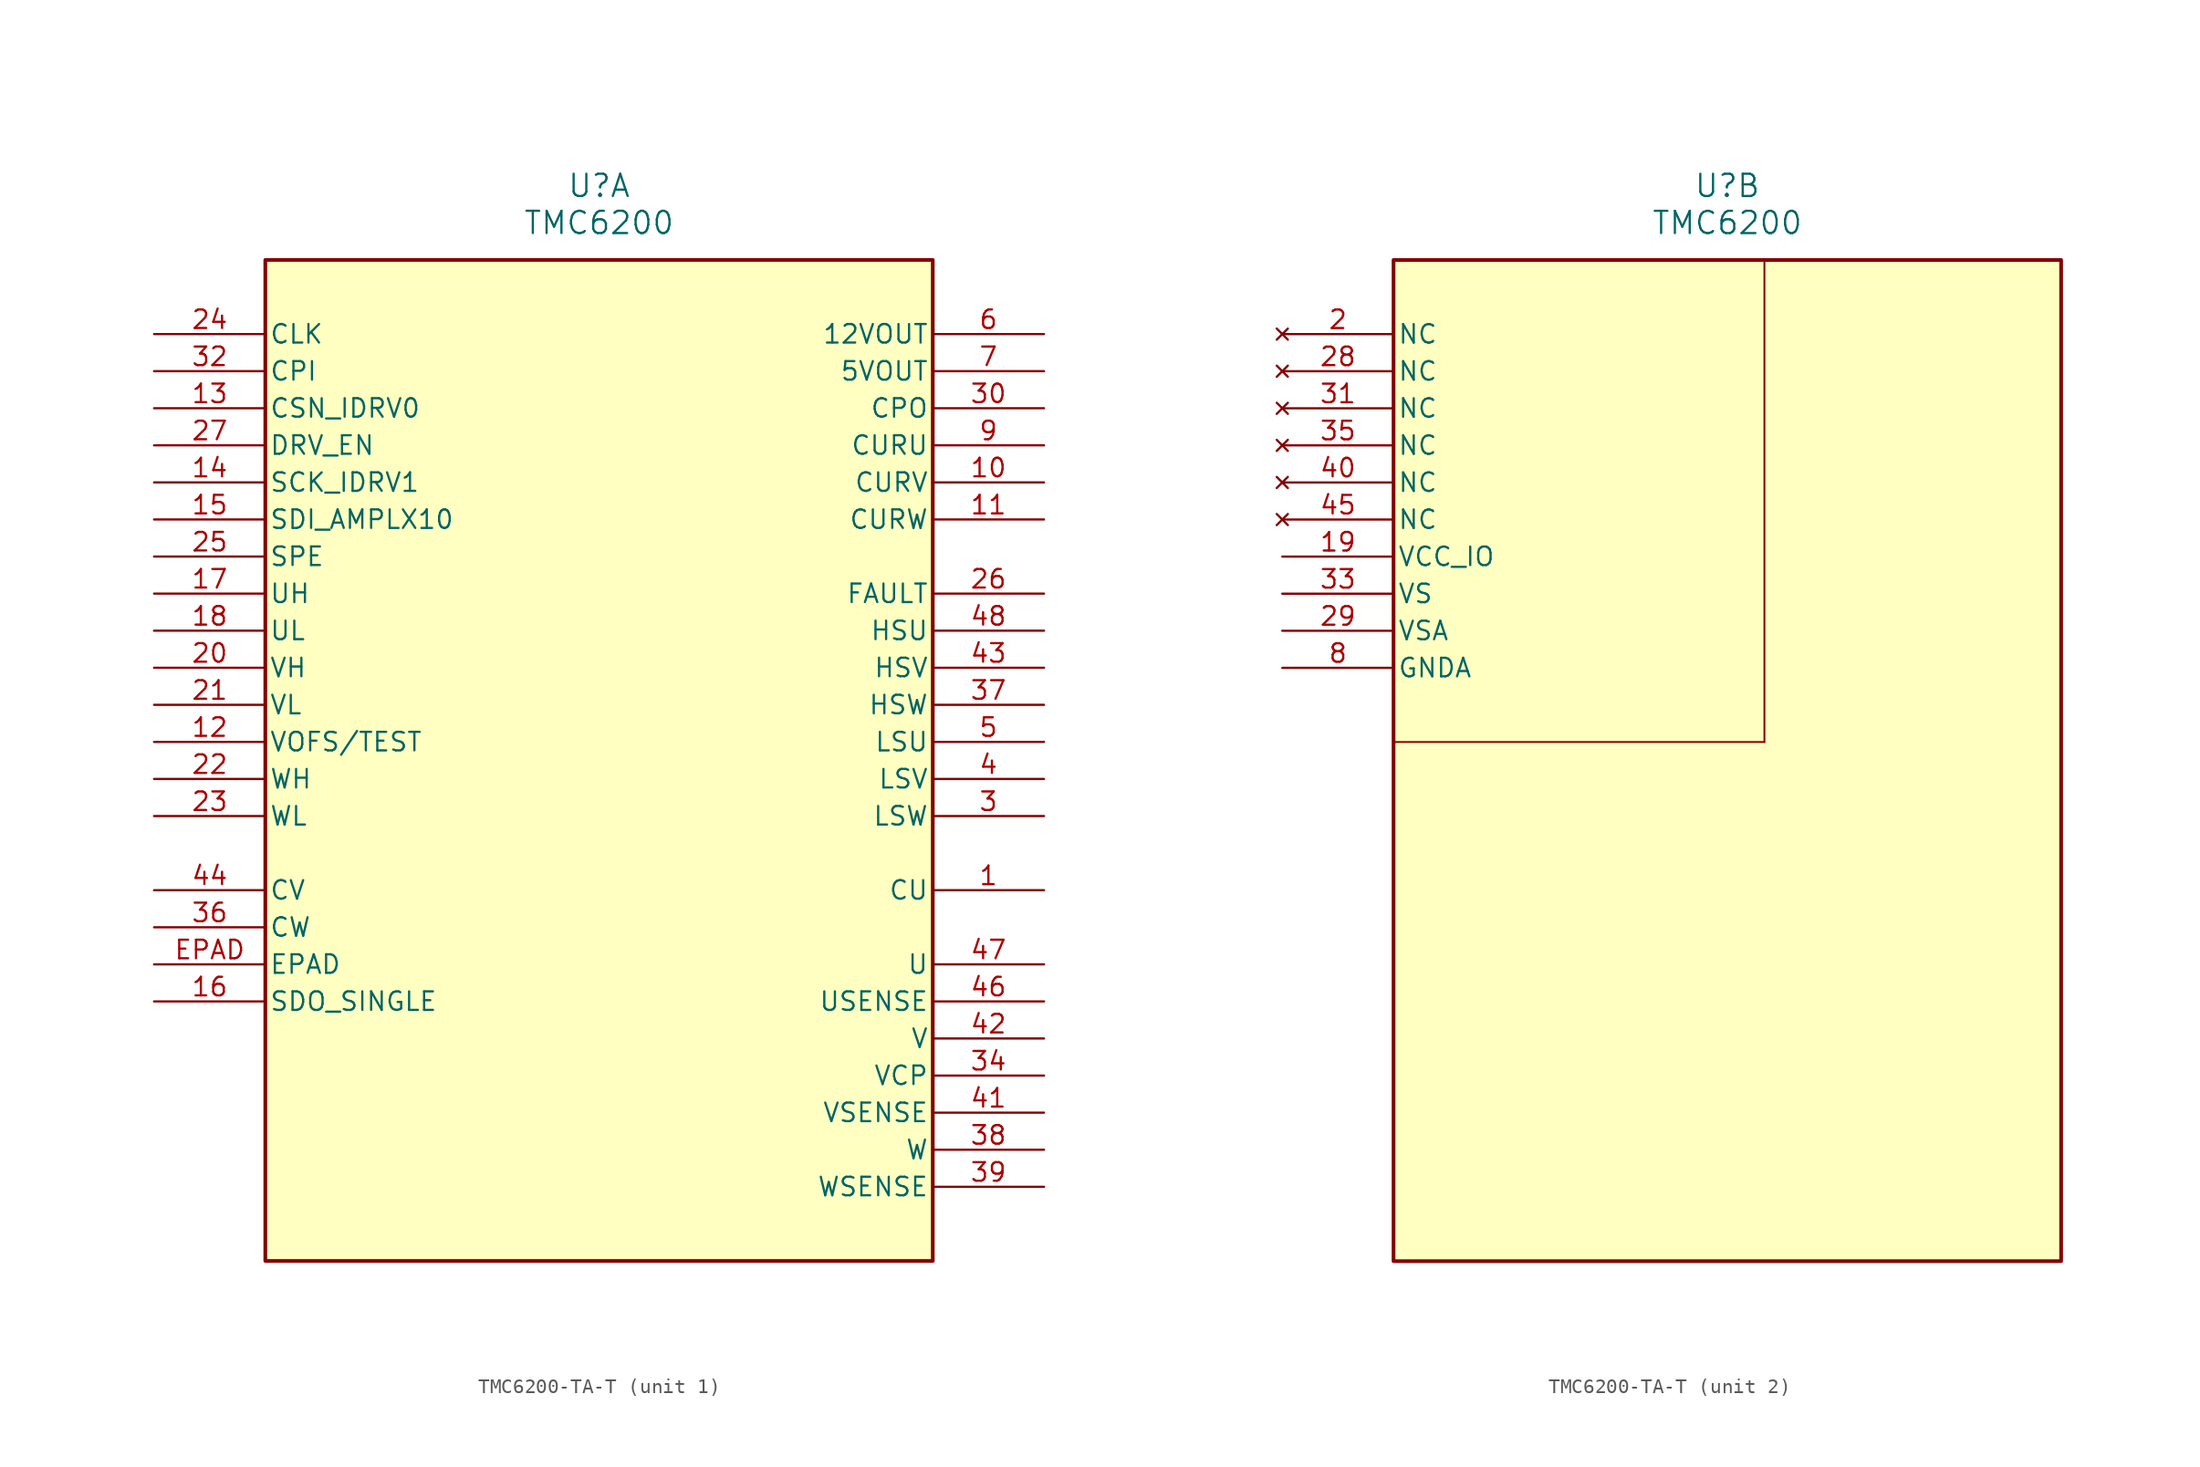
<source format=kicad_sym>
(kicad_symbol_lib
  (version 20220914)
  (generator kicad_symbol_editor)
  (symbol "TMC6200-TA-T"
    (pin_names
      (offset 0.254))
    (property "Reference" "U"
      (at 30.48 10.16 0)
      (effects (font (size 1.524 1.524))))
    (property "Value" "TMC6200"
      (at 30.48 7.62 0)
      (effects (font (size 1.524 1.524))))
    (property "ki_locked" ""
      (at 0 0 0)
      (effects (font (size 1.27 1.27))))
    (symbol "TMC6200-TA-T_0_0"
      (rectangle (start 7.62 5.08) (end 53.34 -63.5) (stroke (width 0.254) (type default)) (fill (type background))))
    (symbol "TMC6200-TA-T_1_1"
      (pin unspecified line (at 60.96 -38.1 180) (length 7.62) (name "CU" (effects (font (size 1.27 1.27)))) (number "1" (effects (font (size 1.27 1.27)))))
      (pin output line (at 60.96 -10.16 180) (length 7.62) (name "CURV" (effects (font (size 1.27 1.27)))) (number "10" (effects (font (size 1.27 1.27)))))
      (pin output line (at 60.96 -12.7 180) (length 7.62) (name "CURW" (effects (font (size 1.27 1.27)))) (number "11" (effects (font (size 1.27 1.27)))))
      (pin input line (at 0 -27.94 0) (length 7.62) (name "VOFS/TEST" (effects (font (size 1.27 1.27)))) (number "12" (effects (font (size 1.27 1.27)))))
      (pin input line (at 0 -5.08 0) (length 7.62) (name "CSN_IDRV0" (effects (font (size 1.27 1.27)))) (number "13" (effects (font (size 1.27 1.27)))))
      (pin input line (at 0 -10.16 0) (length 7.62) (name "SCK_IDRV1" (effects (font (size 1.27 1.27)))) (number "14" (effects (font (size 1.27 1.27)))))
      (pin input line (at 0 -12.7 0) (length 7.62) (name "SDI_AMPLX10" (effects (font (size 1.27 1.27)))) (number "15" (effects (font (size 1.27 1.27)))))
      (pin bidirectional line (at 0 -45.72 0) (length 7.62) (name "SDO_SINGLE" (effects (font (size 1.27 1.27)))) (number "16" (effects (font (size 1.27 1.27)))))
      (pin input line (at 0 -17.78 0) (length 7.62) (name "UH" (effects (font (size 1.27 1.27)))) (number "17" (effects (font (size 1.27 1.27)))))
      (pin input line (at 0 -20.32 0) (length 7.62) (name "UL" (effects (font (size 1.27 1.27)))) (number "18" (effects (font (size 1.27 1.27)))))
      (pin input line (at 0 -22.86 0) (length 7.62) (name "VH" (effects (font (size 1.27 1.27)))) (number "20" (effects (font (size 1.27 1.27)))))
      (pin input line (at 0 -25.4 0) (length 7.62) (name "VL" (effects (font (size 1.27 1.27)))) (number "21" (effects (font (size 1.27 1.27)))))
      (pin input line (at 0 -30.48 0) (length 7.62) (name "WH" (effects (font (size 1.27 1.27)))) (number "22" (effects (font (size 1.27 1.27)))))
      (pin input line (at 0 -33.02 0) (length 7.62) (name "WL" (effects (font (size 1.27 1.27)))) (number "23" (effects (font (size 1.27 1.27)))))
      (pin input line (at 0 0 0) (length 7.62) (name "CLK" (effects (font (size 1.27 1.27)))) (number "24" (effects (font (size 1.27 1.27)))))
      (pin input line (at 0 -15.24 0) (length 7.62) (name "SPE" (effects (font (size 1.27 1.27)))) (number "25" (effects (font (size 1.27 1.27)))))
      (pin output line (at 60.96 -17.78 180) (length 7.62) (name "FAULT" (effects (font (size 1.27 1.27)))) (number "26" (effects (font (size 1.27 1.27)))))
      (pin input line (at 0 -7.62 0) (length 7.62) (name "DRV_EN" (effects (font (size 1.27 1.27)))) (number "27" (effects (font (size 1.27 1.27)))))
      (pin output line (at 60.96 -33.02 180) (length 7.62) (name "LSW" (effects (font (size 1.27 1.27)))) (number "3" (effects (font (size 1.27 1.27)))))
      (pin output line (at 60.96 -5.08 180) (length 7.62) (name "CPO" (effects (font (size 1.27 1.27)))) (number "30" (effects (font (size 1.27 1.27)))))
      (pin input line (at 0 -2.54 0) (length 7.62) (name "CPI" (effects (font (size 1.27 1.27)))) (number "32" (effects (font (size 1.27 1.27)))))
      (pin unspecified line (at 60.96 -50.8 180) (length 7.62) (name "VCP" (effects (font (size 1.27 1.27)))) (number "34" (effects (font (size 1.27 1.27)))))
      (pin unspecified line (at 0 -40.64 0) (length 7.62) (name "CW" (effects (font (size 1.27 1.27)))) (number "36" (effects (font (size 1.27 1.27)))))
      (pin output line (at 60.96 -25.4 180) (length 7.62) (name "HSW" (effects (font (size 1.27 1.27)))) (number "37" (effects (font (size 1.27 1.27)))))
      (pin unspecified line (at 60.96 -55.88 180) (length 7.62) (name "W" (effects (font (size 1.27 1.27)))) (number "38" (effects (font (size 1.27 1.27)))))
      (pin unspecified line (at 60.96 -58.42 180) (length 7.62) (name "WSENSE" (effects (font (size 1.27 1.27)))) (number "39" (effects (font (size 1.27 1.27)))))
      (pin output line (at 60.96 -30.48 180) (length 7.62) (name "LSV" (effects (font (size 1.27 1.27)))) (number "4" (effects (font (size 1.27 1.27)))))
      (pin unspecified line (at 60.96 -53.34 180) (length 7.62) (name "VSENSE" (effects (font (size 1.27 1.27)))) (number "41" (effects (font (size 1.27 1.27)))))
      (pin unspecified line (at 60.96 -48.26 180) (length 7.62) (name "V" (effects (font (size 1.27 1.27)))) (number "42" (effects (font (size 1.27 1.27)))))
      (pin output line (at 60.96 -22.86 180) (length 7.62) (name "HSV" (effects (font (size 1.27 1.27)))) (number "43" (effects (font (size 1.27 1.27)))))
      (pin unspecified line (at 0 -38.1 0) (length 7.62) (name "CV" (effects (font (size 1.27 1.27)))) (number "44" (effects (font (size 1.27 1.27)))))
      (pin unspecified line (at 60.96 -45.72 180) (length 7.62) (name "USENSE" (effects (font (size 1.27 1.27)))) (number "46" (effects (font (size 1.27 1.27)))))
      (pin unspecified line (at 60.96 -43.18 180) (length 7.62) (name "U" (effects (font (size 1.27 1.27)))) (number "47" (effects (font (size 1.27 1.27)))))
      (pin output line (at 60.96 -20.32 180) (length 7.62) (name "HSU" (effects (font (size 1.27 1.27)))) (number "48" (effects (font (size 1.27 1.27)))))
      (pin output line (at 60.96 -27.94 180) (length 7.62) (name "LSU" (effects (font (size 1.27 1.27)))) (number "5" (effects (font (size 1.27 1.27)))))
      (pin output line (at 60.96 0 180) (length 7.62) (name "12VOUT" (effects (font (size 1.27 1.27)))) (number "6" (effects (font (size 1.27 1.27)))))
      (pin output line (at 60.96 -2.54 180) (length 7.62) (name "5VOUT" (effects (font (size 1.27 1.27)))) (number "7" (effects (font (size 1.27 1.27)))))
      (pin output line (at 60.96 -7.62 180) (length 7.62) (name "CURU" (effects (font (size 1.27 1.27)))) (number "9" (effects (font (size 1.27 1.27)))))
      (pin unspecified line (at 0 -43.18 0) (length 7.62) (name "EPAD" (effects (font (size 1.27 1.27)))) (number "EPAD" (effects (font (size 1.27 1.27))))))
    (symbol "TMC6200-TA-T_2_1"
      (polyline (pts (xy 7.62 -27.94) (xy 33.02 -27.94)) (stroke (width 0.127) (type default)) (fill (type none)))
      (polyline (pts (xy 7.62 5.08) (xy 7.62 -27.94)) (stroke (width 0.127) (type default)) (fill (type none)))
      (polyline (pts (xy 33.02 -27.94) (xy 33.02 5.08)) (stroke (width 0.127) (type default)) (fill (type none)))
      (polyline (pts (xy 33.02 5.08) (xy 7.62 5.08)) (stroke (width 0.127) (type default)) (fill (type none)))
      (pin power_in line (at 0 -15.24 0) (length 7.62) (name "VCC_IO" (effects (font (size 1.27 1.27)))) (number "19" (effects (font (size 1.27 1.27)))))
      (pin no_connect line (at 0 0 0) (length 7.62) (name "NC" (effects (font (size 1.27 1.27)))) (number "2" (effects (font (size 1.27 1.27)))))
      (pin no_connect line (at 0 -2.54 0) (length 7.62) (name "NC" (effects (font (size 1.27 1.27)))) (number "28" (effects (font (size 1.27 1.27)))))
      (pin power_in line (at 0 -20.32 0) (length 7.62) (name "VSA" (effects (font (size 1.27 1.27)))) (number "29" (effects (font (size 1.27 1.27)))))
      (pin no_connect line (at 0 -5.08 0) (length 7.62) (name "NC" (effects (font (size 1.27 1.27)))) (number "31" (effects (font (size 1.27 1.27)))))
      (pin power_in line (at 0 -17.78 0) (length 7.62) (name "VS" (effects (font (size 1.27 1.27)))) (number "33" (effects (font (size 1.27 1.27)))))
      (pin no_connect line (at 0 -7.62 0) (length 7.62) (name "NC" (effects (font (size 1.27 1.27)))) (number "35" (effects (font (size 1.27 1.27)))))
      (pin no_connect line (at 0 -10.16 0) (length 7.62) (name "NC" (effects (font (size 1.27 1.27)))) (number "40" (effects (font (size 1.27 1.27)))))
      (pin no_connect line (at 0 -12.7 0) (length 7.62) (name "NC" (effects (font (size 1.27 1.27)))) (number "45" (effects (font (size 1.27 1.27)))))
      (pin power_in line (at 0 -22.86 0) (length 7.62) (name "GNDA" (effects (font (size 1.27 1.27)))) (number "8" (effects (font (size 1.27 1.27))))))))
</source>
